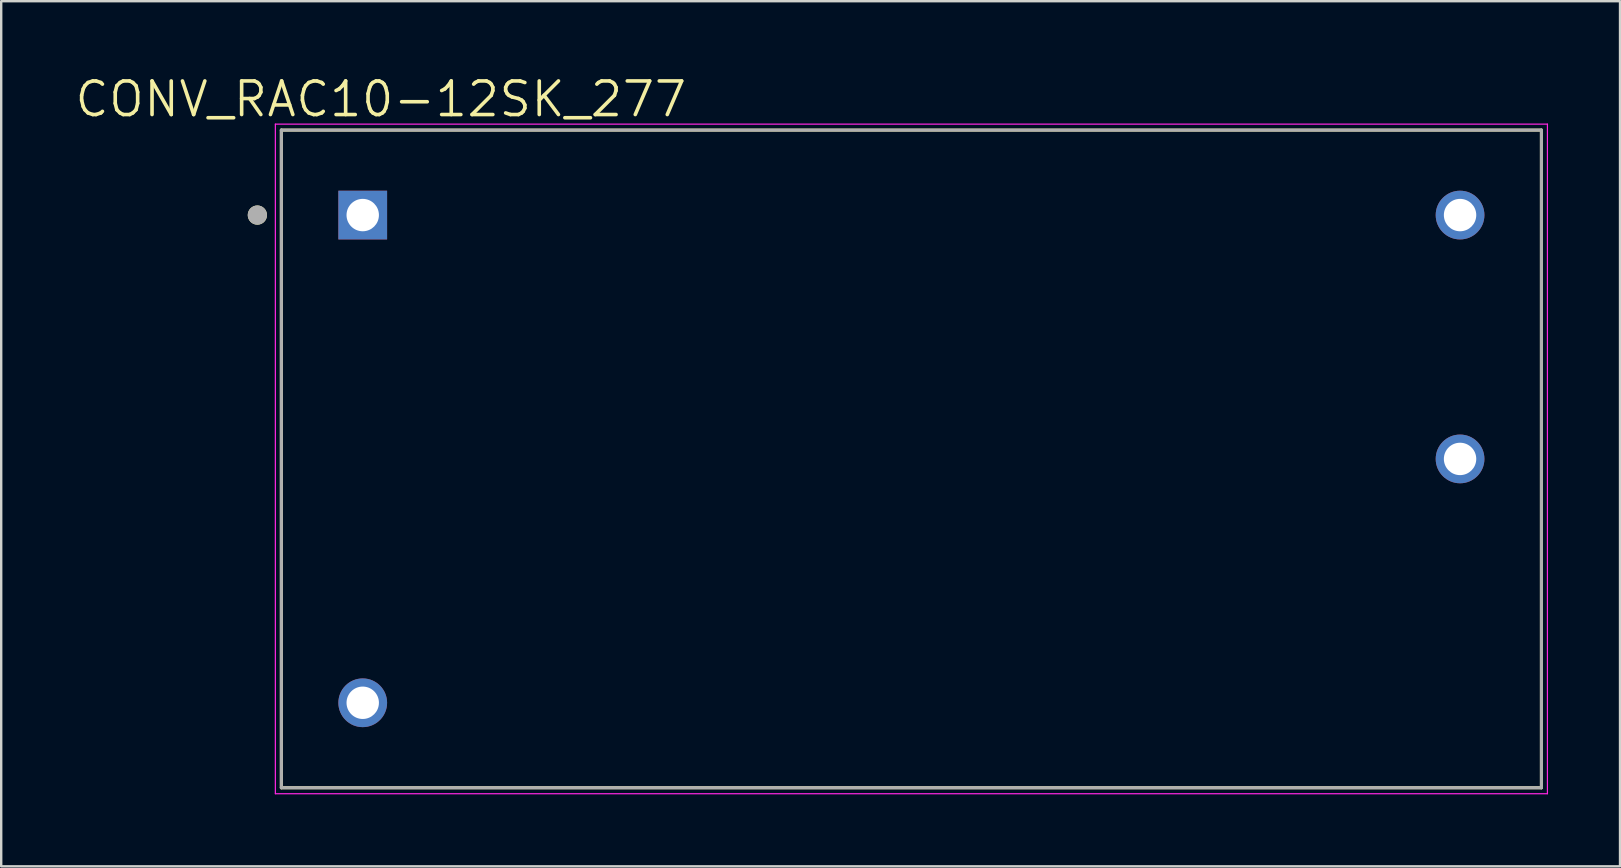
<source format=kicad_pcb>
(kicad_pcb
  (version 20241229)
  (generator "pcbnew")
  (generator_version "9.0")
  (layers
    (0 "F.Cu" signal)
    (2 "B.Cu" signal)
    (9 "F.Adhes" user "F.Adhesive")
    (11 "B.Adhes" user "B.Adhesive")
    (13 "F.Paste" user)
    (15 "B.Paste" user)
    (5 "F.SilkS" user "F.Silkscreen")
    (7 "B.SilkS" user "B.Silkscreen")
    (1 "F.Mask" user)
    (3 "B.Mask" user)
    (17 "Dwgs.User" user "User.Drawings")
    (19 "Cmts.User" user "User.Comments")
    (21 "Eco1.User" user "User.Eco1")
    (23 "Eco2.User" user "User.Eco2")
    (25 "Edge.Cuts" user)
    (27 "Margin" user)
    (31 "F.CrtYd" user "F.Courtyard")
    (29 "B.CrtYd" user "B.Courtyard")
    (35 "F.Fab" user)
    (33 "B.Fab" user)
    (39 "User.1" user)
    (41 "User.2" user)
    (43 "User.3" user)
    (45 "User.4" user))
  (footprint "CONV_RAC10-12SK_277"
    (layer "F.Cu")
    (at 34.923 16.071)
    (property "Reference" "CONV_RAC10-12SK_277" (at -22.105 -14.989 0) (layer "F.SilkS") (effects (font (size 1.4 1.4) (thickness 0.15))))
    (attr through_hole)
    (fp_line (start -26.25 -13.7) (end 26.25 -13.7) (stroke (width 0.127) (type solid)) (layer "F.SilkS"))
    (fp_line (start -26.25 13.7) (end -26.25 -13.7) (stroke (width 0.127) (type solid)) (layer "F.SilkS"))
    (fp_line (start 26.25 -13.7) (end 26.25 13.7) (stroke (width 0.127) (type solid)) (layer "F.SilkS"))
    (fp_line (start 26.25 13.7) (end -26.25 13.7) (stroke (width 0.127) (type solid)) (layer "F.SilkS"))
    (fp_circle (center -27.25 -10.16) (end -27.05 -10.16) (stroke (width 0.4) (type solid)) (fill no) (layer "F.SilkS"))
    (fp_line (start -26.5 -13.95) (end 26.5 -13.95) (stroke (width 0.05) (type solid)) (layer "F.CrtYd"))
    (fp_line (start -26.5 13.95) (end -26.5 -13.95) (stroke (width 0.05) (type solid)) (layer "F.CrtYd"))
    (fp_line (start 26.5 -13.95) (end 26.5 13.95) (stroke (width 0.05) (type solid)) (layer "F.CrtYd"))
    (fp_line (start 26.5 13.95) (end -26.5 13.95) (stroke (width 0.05) (type solid)) (layer "F.CrtYd"))
    (fp_line (start -26.25 -13.7) (end 26.25 -13.7) (stroke (width 0.127) (type solid)) (layer "F.Fab"))
    (fp_line (start -26.25 13.7) (end -26.25 -13.7) (stroke (width 0.127) (type solid)) (layer "F.Fab"))
    (fp_line (start 26.25 -13.7) (end 26.25 13.7) (stroke (width 0.127) (type solid)) (layer "F.Fab"))
    (fp_line (start 26.25 13.7) (end -26.25 13.7) (stroke (width 0.127) (type solid)) (layer "F.Fab"))
    (fp_circle (center -27.25 -10.16) (end -27.05 -10.16) (stroke (width 0.4) (type solid)) (fill no) (layer "F.Fab"))
    (pad "1" thru_hole rect (at -22.86 -10.16) (size 2.03 2.03) (drill 1.35) (layers "*.Cu" "*.Mask"))
    (pad "2" thru_hole circle (at -22.86 10.16) (size 2.03 2.03) (drill 1.35) (layers "*.Cu" "*.Mask"))
    (pad "4" thru_hole circle (at 22.86 0) (size 2.03 2.03) (drill 1.35) (layers "*.Cu" "*.Mask"))
    (pad "5" thru_hole circle (at 22.86 -10.16) (size 2.03 2.03) (drill 1.35) (layers "*.Cu" "*.Mask")))
  (gr_rect
    (start -3 -3)
    (end 64.448 33.046)
    (stroke (width 0.1) (type default))
    (fill no)
    (layer "Edge.Cuts")))
</source>
